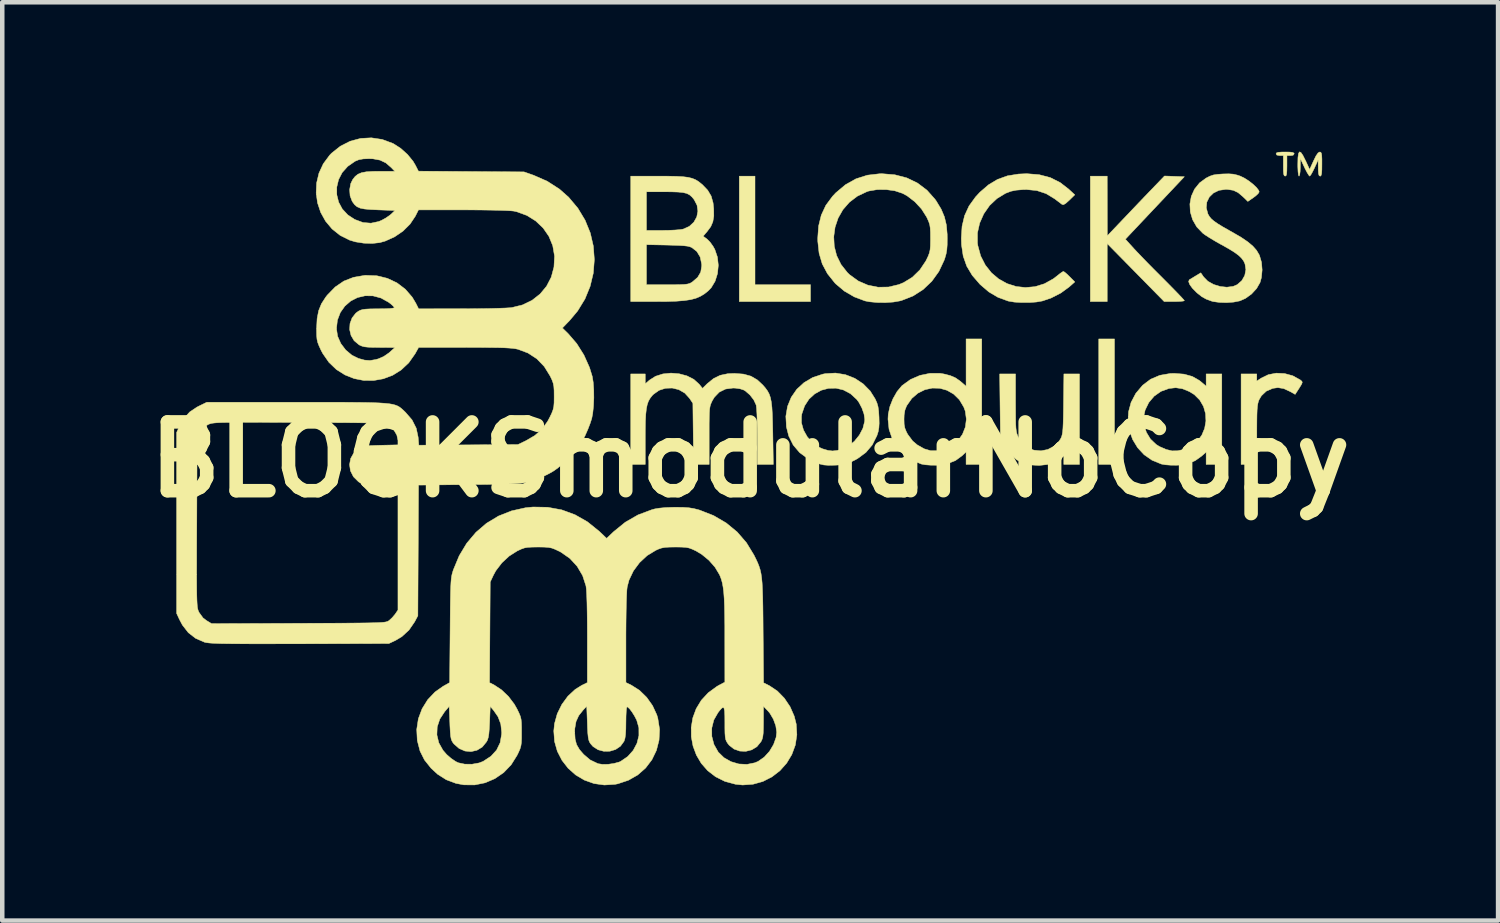
<source format=kicad_pcb>
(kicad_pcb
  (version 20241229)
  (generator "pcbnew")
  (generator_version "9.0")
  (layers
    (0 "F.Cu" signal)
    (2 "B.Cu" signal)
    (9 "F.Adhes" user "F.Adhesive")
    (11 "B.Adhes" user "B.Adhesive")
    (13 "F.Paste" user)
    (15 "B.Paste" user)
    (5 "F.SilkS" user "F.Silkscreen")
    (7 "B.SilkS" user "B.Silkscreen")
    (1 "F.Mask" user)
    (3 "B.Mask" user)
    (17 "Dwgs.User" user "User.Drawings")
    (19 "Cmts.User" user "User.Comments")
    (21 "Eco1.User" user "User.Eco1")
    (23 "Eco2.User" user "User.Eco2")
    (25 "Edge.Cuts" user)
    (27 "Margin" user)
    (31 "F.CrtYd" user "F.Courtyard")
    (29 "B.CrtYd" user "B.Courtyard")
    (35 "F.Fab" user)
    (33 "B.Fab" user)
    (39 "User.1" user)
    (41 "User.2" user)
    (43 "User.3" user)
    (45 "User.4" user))
  (footprint "BLOCKSmodularNoCopy"
    (layer "F.Cu")
    (at 13.578 7.137)
    (property "Reference" "BLOCKSmodularNoCopy" (at 0 0 0) (layer "F.SilkS") (effects (font (size 1.524 1.524) (thickness 0.3))))
    (attr through_hole)
    (fp_poly (pts (xy 8.075 0.107) (xy 7.727 0.107) (xy 7.727 -2.674) (xy 8.075 -2.674) (xy 8.075 0.107)) (stroke (width 0.01) (type solid)) (fill yes) (layer "F.SilkS"))
    (fp_poly (pts (xy 0.107 -3.877) (xy 1.337 -3.877) (xy 1.337 -3.503) (xy -0.241 -3.503) (xy -0.241 -6.283) (xy 0.107 -6.283) (xy 0.107 -3.877)) (stroke (width 0.01) (type solid)) (fill yes) (layer "F.SilkS"))
    (fp_poly (pts (xy 11.964 -6.816) (xy 12.026 -6.808) (xy 12.054 -6.793) (xy 12.058 -6.778) (xy 12.034 -6.746) (xy 11.978 -6.738) (xy 11.898 -6.738) (xy 11.898 -6.51) (xy 11.896 -6.397) (xy 11.89 -6.327) (xy 11.878 -6.292) (xy 11.858 -6.283) (xy 11.838 -6.293) (xy 11.825 -6.328) (xy 11.819 -6.398) (xy 11.818 -6.51) (xy 11.818 -6.738) (xy 11.737 -6.738) (xy 11.674 -6.75) (xy 11.657 -6.778) (xy 11.668 -6.799) (xy 11.706 -6.811) (xy 11.781 -6.817) (xy 11.858 -6.818) (xy 11.964 -6.816)) (stroke (width 0.01) (type solid)) (fill yes) (layer "F.SilkS"))
    (fp_poly (pts (xy 11.847 -1.907) (xy 12.027 -1.858) (xy 12.19 -1.768) (xy 12.204 -1.758) (xy 12.231 -1.733) (xy 12.237 -1.707) (xy 12.22 -1.666) (xy 12.177 -1.596) (xy 12.168 -1.581) (xy 12.08 -1.445) (xy 11.969 -1.508) (xy 11.827 -1.574) (xy 11.698 -1.595) (xy 11.583 -1.579) (xy 11.439 -1.516) (xy 11.331 -1.413) (xy 11.28 -1.326) (xy 11.265 -1.286) (xy 11.253 -1.24) (xy 11.244 -1.181) (xy 11.237 -1.1) (xy 11.233 -0.992) (xy 11.231 -0.848) (xy 11.23 -0.661) (xy 11.23 -0.555) (xy 11.229 0.107) (xy 10.882 0.107) (xy 10.882 -1.898) (xy 11.229 -1.898) (xy 11.229 -1.74) (xy 11.327 -1.805) (xy 11.485 -1.882) (xy 11.662 -1.916) (xy 11.847 -1.907)) (stroke (width 0.01) (type solid)) (fill yes) (layer "F.SilkS"))
    (fp_poly (pts (xy 9.624 -6.27) (xy 8.97 -5.577) (xy 8.317 -4.885) (xy 8.501 -4.682) (xy 8.574 -4.604) (xy 8.677 -4.496) (xy 8.801 -4.368) (xy 8.939 -4.228) (xy 9.083 -4.084) (xy 9.156 -4.011) (xy 9.285 -3.881) (xy 9.4 -3.764) (xy 9.497 -3.664) (xy 9.57 -3.587) (xy 9.614 -3.538) (xy 9.625 -3.523) (xy 9.601 -3.514) (xy 9.535 -3.507) (xy 9.44 -3.503) (xy 9.401 -3.503) (xy 9.177 -3.503) (xy 8.546 -4.145) (xy 7.914 -4.788) (xy 7.914 -3.503) (xy 7.54 -3.503) (xy 7.54 -6.283) (xy 7.914 -6.283) (xy 7.915 -5.621) (xy 7.916 -4.96) (xy 8.336 -5.401) (xy 8.473 -5.545) (xy 8.612 -5.691) (xy 8.745 -5.83) (xy 8.862 -5.952) (xy 8.954 -6.047) (xy 8.97 -6.064) (xy 9.184 -6.286) (xy 9.624 -6.27)) (stroke (width 0.01) (type solid)) (fill yes) (layer "F.SilkS"))
    (fp_poly (pts (xy 5.882 -1.263) (xy 5.883 -1.062) (xy 5.884 -0.906) (xy 5.886 -0.789) (xy 5.891 -0.701) (xy 5.899 -0.636) (xy 5.909 -0.585) (xy 5.924 -0.541) (xy 5.944 -0.497) (xy 5.946 -0.492) (xy 6.026 -0.364) (xy 6.131 -0.274) (xy 6.274 -0.214) (xy 6.293 -0.209) (xy 6.447 -0.194) (xy 6.598 -0.224) (xy 6.735 -0.296) (xy 6.844 -0.403) (xy 6.888 -0.473) (xy 6.904 -0.51) (xy 6.916 -0.555) (xy 6.926 -0.613) (xy 6.933 -0.693) (xy 6.938 -0.801) (xy 6.942 -0.945) (xy 6.945 -1.132) (xy 6.946 -1.237) (xy 6.954 -1.898) (xy 7.299 -1.898) (xy 7.299 0.107) (xy 6.952 0.107) (xy 6.952 -0.085) (xy 6.87 -0.016) (xy 6.742 0.06) (xy 6.582 0.11) (xy 6.404 0.13) (xy 6.223 0.119) (xy 6.075 0.083) (xy 5.913 0.008) (xy 5.784 -0.098) (xy 5.676 -0.244) (xy 5.641 -0.307) (xy 5.548 -0.489) (xy 5.539 -1.194) (xy 5.531 -1.898) (xy 5.882 -1.898) (xy 5.882 -1.263)) (stroke (width 0.01) (type solid)) (fill yes) (layer "F.SilkS"))
    (fp_poly (pts (xy 12.208 -6.807) (xy 12.252 -6.743) (xy 12.309 -6.629) (xy 12.312 -6.624) (xy 12.401 -6.43) (xy 12.489 -6.624) (xy 12.543 -6.734) (xy 12.587 -6.797) (xy 12.623 -6.818) (xy 12.625 -6.818) (xy 12.647 -6.813) (xy 12.661 -6.791) (xy 12.669 -6.744) (xy 12.673 -6.661) (xy 12.673 -6.551) (xy 12.672 -6.426) (xy 12.667 -6.346) (xy 12.657 -6.302) (xy 12.642 -6.284) (xy 12.633 -6.283) (xy 12.611 -6.295) (xy 12.598 -6.336) (xy 12.592 -6.417) (xy 12.592 -6.464) (xy 12.59 -6.644) (xy 12.508 -6.464) (xy 12.465 -6.377) (xy 12.428 -6.312) (xy 12.404 -6.284) (xy 12.402 -6.283) (xy 12.38 -6.306) (xy 12.343 -6.366) (xy 12.299 -6.451) (xy 12.287 -6.477) (xy 12.196 -6.671) (xy 12.194 -6.477) (xy 12.19 -6.38) (xy 12.18 -6.311) (xy 12.166 -6.283) (xy 12.165 -6.283) (xy 12.153 -6.309) (xy 12.144 -6.38) (xy 12.139 -6.489) (xy 12.139 -6.551) (xy 12.142 -6.693) (xy 12.154 -6.783) (xy 12.175 -6.821) (xy 12.208 -6.807)) (stroke (width 0.01) (type solid)) (fill yes) (layer "F.SilkS"))
    (fp_poly (pts (xy 9.616 -1.894) (xy 9.8 -1.843) (xy 9.956 -1.754) (xy 9.996 -1.722) (xy 10.107 -1.627) (xy 10.107 -1.898) (xy 10.454 -1.898) (xy 10.454 0.107) (xy 10.107 0.107) (xy 10.107 -0.166) (xy 10.008 -0.079) (xy 9.864 0.024) (xy 9.705 0.089) (xy 9.517 0.121) (xy 9.451 0.125) (xy 9.324 0.124) (xy 9.203 0.115) (xy 9.115 0.099) (xy 8.909 0.015) (xy 8.732 -0.108) (xy 8.588 -0.263) (xy 8.479 -0.443) (xy 8.407 -0.64) (xy 8.376 -0.848) (xy 8.381 -0.954) (xy 8.724 -0.954) (xy 8.731 -0.776) (xy 8.782 -0.605) (xy 8.873 -0.455) (xy 8.999 -0.335) (xy 9.073 -0.289) (xy 9.222 -0.224) (xy 9.35 -0.193) (xy 9.477 -0.195) (xy 9.615 -0.227) (xy 9.78 -0.3) (xy 9.913 -0.408) (xy 10.011 -0.542) (xy 10.074 -0.693) (xy 10.102 -0.855) (xy 10.094 -1.018) (xy 10.049 -1.176) (xy 9.966 -1.319) (xy 9.844 -1.441) (xy 9.735 -1.508) (xy 9.579 -1.571) (xy 9.433 -1.593) (xy 9.281 -1.576) (xy 9.106 -1.512) (xy 8.955 -1.406) (xy 8.836 -1.265) (xy 8.755 -1.099) (xy 8.724 -0.954) (xy 8.381 -0.954) (xy 8.387 -1.06) (xy 8.443 -1.268) (xy 8.547 -1.466) (xy 8.55 -1.47) (xy 8.701 -1.649) (xy 8.878 -1.782) (xy 9.081 -1.868) (xy 9.31 -1.908) (xy 9.398 -1.911) (xy 9.616 -1.894)) (stroke (width 0.01) (type solid)) (fill yes) (layer "F.SilkS"))
    (fp_poly (pts (xy 5.133 0.107) (xy 4.786 0.107) (xy 4.786 -0.171) (xy 4.699 -0.087) (xy 4.55 0.022) (xy 4.368 0.092) (xy 4.151 0.124) (xy 4.131 0.125) (xy 4.003 0.124) (xy 3.882 0.115) (xy 3.795 0.099) (xy 3.586 0.013) (xy 3.406 -0.113) (xy 3.259 -0.274) (xy 3.148 -0.463) (xy 3.078 -0.673) (xy 3.055 -0.896) (xy 3.41 -0.896) (xy 3.413 -0.783) (xy 3.429 -0.698) (xy 3.462 -0.616) (xy 3.491 -0.561) (xy 3.602 -0.412) (xy 3.702 -0.327) (xy 3.857 -0.239) (xy 4.002 -0.196) (xy 4.154 -0.196) (xy 4.302 -0.229) (xy 4.468 -0.304) (xy 4.604 -0.417) (xy 4.706 -0.56) (xy 4.77 -0.722) (xy 4.792 -0.896) (xy 4.768 -1.073) (xy 4.735 -1.163) (xy 4.637 -1.327) (xy 4.511 -1.451) (xy 4.363 -1.536) (xy 4.203 -1.581) (xy 4.037 -1.585) (xy 3.873 -1.549) (xy 3.719 -1.473) (xy 3.583 -1.356) (xy 3.472 -1.198) (xy 3.468 -1.191) (xy 3.431 -1.099) (xy 3.413 -0.989) (xy 3.41 -0.896) (xy 3.055 -0.896) (xy 3.055 -0.898) (xy 3.061 -1.007) (xy 3.097 -1.175) (xy 3.165 -1.347) (xy 3.256 -1.507) (xy 3.36 -1.633) (xy 3.373 -1.645) (xy 3.555 -1.776) (xy 3.763 -1.866) (xy 3.985 -1.912) (xy 4.209 -1.912) (xy 4.292 -1.898) (xy 4.434 -1.862) (xy 4.545 -1.815) (xy 4.646 -1.746) (xy 4.692 -1.708) (xy 4.786 -1.625) (xy 4.786 -2.674) (xy 5.133 -2.674) (xy 5.133 0.107)) (stroke (width 0.01) (type solid)) (fill yes) (layer "F.SilkS"))
    (fp_poly (pts (xy 6.406 -6.315) (xy 6.651 -6.251) (xy 6.871 -6.141) (xy 7.057 -5.997) (xy 7.196 -5.869) (xy 7.073 -5.749) (xy 6.997 -5.681) (xy 6.947 -5.651) (xy 6.915 -5.655) (xy 6.875 -5.685) (xy 6.809 -5.735) (xy 6.748 -5.781) (xy 6.56 -5.895) (xy 6.355 -5.963) (xy 6.125 -5.986) (xy 6.046 -5.984) (xy 5.898 -5.972) (xy 5.781 -5.948) (xy 5.673 -5.907) (xy 5.662 -5.903) (xy 5.47 -5.786) (xy 5.307 -5.632) (xy 5.178 -5.447) (xy 5.087 -5.242) (xy 5.038 -5.024) (xy 5.038 -4.802) (xy 5.046 -4.745) (xy 5.109 -4.514) (xy 5.212 -4.312) (xy 5.347 -4.141) (xy 5.51 -4.003) (xy 5.694 -3.901) (xy 5.893 -3.837) (xy 6.101 -3.814) (xy 6.313 -3.833) (xy 6.521 -3.897) (xy 6.721 -4.008) (xy 6.81 -4.077) (xy 6.875 -4.129) (xy 6.926 -4.163) (xy 6.944 -4.171) (xy 6.973 -4.153) (xy 7.027 -4.107) (xy 7.081 -4.054) (xy 7.196 -3.938) (xy 7.067 -3.824) (xy 6.884 -3.691) (xy 6.671 -3.582) (xy 6.478 -3.516) (xy 6.347 -3.493) (xy 6.186 -3.481) (xy 6.014 -3.481) (xy 5.854 -3.491) (xy 5.723 -3.513) (xy 5.713 -3.516) (xy 5.492 -3.597) (xy 5.292 -3.715) (xy 5.101 -3.878) (xy 5.091 -3.888) (xy 4.922 -4.084) (xy 4.8 -4.288) (xy 4.722 -4.51) (xy 4.685 -4.759) (xy 4.68 -4.906) (xy 4.697 -5.173) (xy 4.753 -5.408) (xy 4.851 -5.621) (xy 4.995 -5.821) (xy 5.091 -5.925) (xy 5.282 -6.09) (xy 5.482 -6.21) (xy 5.701 -6.289) (xy 5.947 -6.329) (xy 6.132 -6.337) (xy 6.406 -6.315)) (stroke (width 0.01) (type solid)) (fill yes) (layer "F.SilkS"))
    (fp_poly (pts (xy 2.112 -1.882) (xy 2.319 -1.801) (xy 2.504 -1.679) (xy 2.66 -1.521) (xy 2.771 -1.344) (xy 2.81 -1.257) (xy 2.834 -1.173) (xy 2.848 -1.074) (xy 2.856 -0.94) (xy 2.856 -0.937) (xy 2.859 -0.803) (xy 2.853 -0.703) (xy 2.838 -0.619) (xy 2.81 -0.532) (xy 2.807 -0.526) (xy 2.706 -0.324) (xy 2.565 -0.158) (xy 2.383 -0.024) (xy 2.322 0.01) (xy 2.213 0.062) (xy 2.125 0.095) (xy 2.036 0.113) (xy 1.921 0.122) (xy 1.882 0.124) (xy 1.74 0.127) (xy 1.632 0.119) (xy 1.54 0.097) (xy 1.51 0.087) (xy 1.282 -0.018) (xy 1.096 -0.155) (xy 0.954 -0.323) (xy 0.855 -0.522) (xy 0.803 -0.727) (xy 0.799 -0.814) (xy 1.137 -0.814) (xy 1.182 -0.655) (xy 1.265 -0.506) (xy 1.378 -0.377) (xy 1.517 -0.278) (xy 1.604 -0.239) (xy 1.726 -0.203) (xy 1.825 -0.191) (xy 1.926 -0.202) (xy 2.031 -0.229) (xy 2.177 -0.298) (xy 2.31 -0.406) (xy 2.42 -0.542) (xy 2.499 -0.693) (xy 2.538 -0.849) (xy 2.54 -0.896) (xy 2.523 -1.011) (xy 2.477 -1.142) (xy 2.412 -1.266) (xy 2.364 -1.332) (xy 2.223 -1.461) (xy 2.066 -1.544) (xy 1.901 -1.583) (xy 1.736 -1.579) (xy 1.576 -1.537) (xy 1.43 -1.456) (xy 1.304 -1.34) (xy 1.207 -1.191) (xy 1.145 -1.011) (xy 1.137 -0.97) (xy 1.137 -0.814) (xy 0.799 -0.814) (xy 0.791 -0.959) (xy 0.828 -1.179) (xy 0.91 -1.38) (xy 1.033 -1.558) (xy 1.194 -1.706) (xy 1.387 -1.82) (xy 1.61 -1.894) (xy 1.667 -1.905) (xy 1.892 -1.918) (xy 2.112 -1.882)) (stroke (width 0.01) (type solid)) (fill yes) (layer "F.SilkS"))
    (fp_poly (pts (xy -1.574 -1.902) (xy -1.402 -1.856) (xy -1.25 -1.779) (xy -1.132 -1.672) (xy -1.129 -1.669) (xy -1.057 -1.579) (xy -0.95 -1.684) (xy -0.812 -1.796) (xy -0.665 -1.868) (xy -0.494 -1.904) (xy -0.348 -1.91) (xy -0.148 -1.895) (xy 0.017 -1.849) (xy 0.159 -1.766) (xy 0.279 -1.654) (xy 0.338 -1.586) (xy 0.385 -1.521) (xy 0.421 -1.454) (xy 0.448 -1.376) (xy 0.468 -1.28) (xy 0.482 -1.16) (xy 0.491 -1.008) (xy 0.497 -0.817) (xy 0.502 -0.582) (xy 0.513 0.107) (xy 0.16 0.107) (xy 0.16 -0.501) (xy 0.159 -0.689) (xy 0.155 -0.861) (xy 0.15 -1.009) (xy 0.143 -1.124) (xy 0.135 -1.197) (xy 0.132 -1.211) (xy 0.08 -1.323) (xy -0.006 -1.434) (xy -0.108 -1.522) (xy -0.144 -1.543) (xy -0.224 -1.569) (xy -0.33 -1.584) (xy -0.378 -1.586) (xy -0.545 -1.564) (xy -0.684 -1.496) (xy -0.793 -1.383) (xy -0.84 -1.305) (xy -0.861 -1.26) (xy -0.878 -1.219) (xy -0.89 -1.173) (xy -0.899 -1.115) (xy -0.904 -1.038) (xy -0.907 -0.933) (xy -0.909 -0.794) (xy -0.909 -0.611) (xy -0.909 -0.529) (xy -0.909 0.107) (xy -1.254 0.107) (xy -1.27 -1.247) (xy -1.344 -1.358) (xy -1.449 -1.474) (xy -1.581 -1.55) (xy -1.727 -1.586) (xy -1.877 -1.581) (xy -2.02 -1.535) (xy -2.145 -1.446) (xy -2.176 -1.414) (xy -2.221 -1.355) (xy -2.256 -1.292) (xy -2.282 -1.217) (xy -2.301 -1.123) (xy -2.314 -1.003) (xy -2.322 -0.849) (xy -2.325 -0.655) (xy -2.326 -0.467) (xy -2.326 0.107) (xy -2.647 0.107) (xy -2.647 -1.898) (xy -2.326 -1.898) (xy -2.326 -1.679) (xy -2.232 -1.761) (xy -2.097 -1.847) (xy -1.934 -1.899) (xy -1.755 -1.917) (xy -1.574 -1.902)) (stroke (width 0.01) (type solid)) (fill yes) (layer "F.SilkS"))
    (fp_poly (pts (xy -1.81 -6.282) (xy -1.63 -6.278) (xy -1.487 -6.27) (xy -1.375 -6.256) (xy -1.286 -6.234) (xy -1.212 -6.204) (xy -1.145 -6.163) (xy -1.079 -6.11) (xy -1.056 -6.091) (xy -0.941 -5.97) (xy -0.865 -5.842) (xy -0.822 -5.69) (xy -0.808 -5.558) (xy -0.806 -5.398) (xy -0.827 -5.272) (xy -0.873 -5.164) (xy -0.95 -5.06) (xy -1.042 -4.952) (xy -0.951 -4.883) (xy -0.889 -4.82) (xy -0.824 -4.73) (xy -0.784 -4.659) (xy -0.726 -4.489) (xy -0.706 -4.306) (xy -0.724 -4.124) (xy -0.777 -3.954) (xy -0.864 -3.809) (xy -0.927 -3.743) (xy -1.013 -3.674) (xy -1.102 -3.62) (xy -1.201 -3.577) (xy -1.318 -3.546) (xy -1.46 -3.525) (xy -1.634 -3.511) (xy -1.847 -3.504) (xy -2.09 -3.503) (xy -2.647 -3.503) (xy -2.647 -3.877) (xy -2.299 -3.877) (xy -1.835 -3.877) (xy -1.666 -3.877) (xy -1.542 -3.879) (xy -1.452 -3.883) (xy -1.39 -3.891) (xy -1.345 -3.903) (xy -1.309 -3.92) (xy -1.281 -3.938) (xy -1.164 -4.039) (xy -1.096 -4.155) (xy -1.074 -4.291) (xy -1.075 -4.333) (xy -1.108 -4.49) (xy -1.182 -4.613) (xy -1.292 -4.699) (xy -1.334 -4.717) (xy -1.391 -4.731) (xy -1.472 -4.74) (xy -1.584 -4.747) (xy -1.737 -4.752) (xy -1.838 -4.755) (xy -2.299 -4.764) (xy -2.299 -3.877) (xy -2.647 -3.877) (xy -2.647 -5.936) (xy -2.299 -5.936) (xy -2.299 -5.08) (xy -1.945 -5.08) (xy -1.802 -5.082) (xy -1.669 -5.088) (xy -1.559 -5.097) (xy -1.488 -5.108) (xy -1.484 -5.109) (xy -1.35 -5.169) (xy -1.249 -5.262) (xy -1.184 -5.378) (xy -1.159 -5.507) (xy -1.178 -5.639) (xy -1.243 -5.764) (xy -1.294 -5.825) (xy -1.345 -5.869) (xy -1.407 -5.9) (xy -1.488 -5.919) (xy -1.597 -5.93) (xy -1.744 -5.935) (xy -1.884 -5.936) (xy -2.299 -5.936) (xy -2.647 -5.936) (xy -2.647 -6.283) (xy -2.037 -6.283) (xy -1.81 -6.282)) (stroke (width 0.01) (type solid)) (fill yes) (layer "F.SilkS"))
    (fp_poly (pts (xy 3.207 -6.313) (xy 3.472 -6.244) (xy 3.71 -6.129) (xy 3.919 -5.971) (xy 4.097 -5.771) (xy 4.127 -5.728) (xy 4.234 -5.551) (xy 4.306 -5.38) (xy 4.349 -5.2) (xy 4.367 -4.994) (xy 4.368 -4.906) (xy 4.367 -4.761) (xy 4.359 -4.652) (xy 4.343 -4.559) (xy 4.316 -4.465) (xy 4.3 -4.419) (xy 4.183 -4.17) (xy 4.026 -3.952) (xy 3.833 -3.769) (xy 3.609 -3.626) (xy 3.359 -3.528) (xy 3.323 -3.518) (xy 3.174 -3.492) (xy 2.997 -3.48) (xy 2.813 -3.482) (xy 2.644 -3.498) (xy 2.543 -3.518) (xy 2.309 -3.606) (xy 2.087 -3.735) (xy 1.896 -3.896) (xy 1.875 -3.918) (xy 1.713 -4.121) (xy 1.598 -4.337) (xy 1.528 -4.573) (xy 1.499 -4.837) (xy 1.498 -4.906) (xy 1.5 -4.942) (xy 1.853 -4.942) (xy 1.864 -4.729) (xy 1.917 -4.521) (xy 2.014 -4.324) (xy 2.155 -4.145) (xy 2.205 -4.097) (xy 2.397 -3.958) (xy 2.61 -3.866) (xy 2.835 -3.821) (xy 3.067 -3.825) (xy 3.297 -3.88) (xy 3.401 -3.923) (xy 3.595 -4.042) (xy 3.762 -4.205) (xy 3.894 -4.402) (xy 3.909 -4.432) (xy 3.948 -4.514) (xy 3.973 -4.582) (xy 3.988 -4.651) (xy 3.995 -4.736) (xy 3.997 -4.854) (xy 3.997 -4.906) (xy 3.996 -5.039) (xy 3.991 -5.134) (xy 3.98 -5.207) (xy 3.958 -5.273) (xy 3.925 -5.348) (xy 3.911 -5.377) (xy 3.798 -5.555) (xy 3.649 -5.716) (xy 3.478 -5.847) (xy 3.376 -5.902) (xy 3.206 -5.958) (xy 3.011 -5.985) (xy 2.812 -5.984) (xy 2.63 -5.953) (xy 2.587 -5.939) (xy 2.376 -5.839) (xy 2.199 -5.704) (xy 2.056 -5.54) (xy 1.95 -5.354) (xy 1.882 -5.152) (xy 1.853 -4.942) (xy 1.5 -4.942) (xy 1.517 -5.178) (xy 1.576 -5.418) (xy 1.677 -5.635) (xy 1.825 -5.835) (xy 1.897 -5.912) (xy 2.111 -6.092) (xy 2.344 -6.223) (xy 2.598 -6.304) (xy 2.873 -6.336) (xy 2.919 -6.337) (xy 3.207 -6.313)) (stroke (width 0.01) (type solid)) (fill yes) (layer "F.SilkS"))
    (fp_poly (pts (xy 10.708 -6.327) (xy 10.797 -6.306) (xy 10.865 -6.283) (xy 10.957 -6.238) (xy 11.055 -6.175) (xy 11.147 -6.103) (xy 11.223 -6.031) (xy 11.271 -5.968) (xy 11.283 -5.934) (xy 11.262 -5.899) (xy 11.209 -5.848) (xy 11.157 -5.809) (xy 11.031 -5.722) (xy 10.923 -5.827) (xy 10.815 -5.918) (xy 10.709 -5.969) (xy 10.585 -5.988) (xy 10.539 -5.989) (xy 10.391 -5.968) (xy 10.268 -5.908) (xy 10.177 -5.819) (xy 10.122 -5.707) (xy 10.11 -5.58) (xy 10.146 -5.446) (xy 10.149 -5.44) (xy 10.179 -5.388) (xy 10.219 -5.339) (xy 10.278 -5.288) (xy 10.362 -5.229) (xy 10.478 -5.158) (xy 10.633 -5.07) (xy 10.691 -5.038) (xy 10.883 -4.926) (xy 11.03 -4.826) (xy 11.142 -4.732) (xy 11.224 -4.639) (xy 11.283 -4.539) (xy 11.29 -4.523) (xy 11.334 -4.374) (xy 11.348 -4.203) (xy 11.332 -4.034) (xy 11.302 -3.926) (xy 11.226 -3.793) (xy 11.113 -3.67) (xy 10.977 -3.572) (xy 10.854 -3.518) (xy 10.718 -3.491) (xy 10.559 -3.479) (xy 10.4 -3.484) (xy 10.262 -3.503) (xy 10.227 -3.513) (xy 10.108 -3.557) (xy 10.011 -3.611) (xy 9.911 -3.69) (xy 9.889 -3.71) (xy 9.802 -3.799) (xy 9.744 -3.879) (xy 9.719 -3.944) (xy 9.732 -3.984) (xy 9.736 -3.987) (xy 9.78 -4.013) (xy 9.848 -4.055) (xy 9.88 -4.074) (xy 9.988 -4.14) (xy 10.05 -4.05) (xy 10.144 -3.954) (xy 10.271 -3.882) (xy 10.417 -3.837) (xy 10.566 -3.821) (xy 10.705 -3.839) (xy 10.795 -3.877) (xy 10.898 -3.967) (xy 10.963 -4.082) (xy 10.988 -4.21) (xy 10.968 -4.337) (xy 10.938 -4.402) (xy 10.892 -4.464) (xy 10.828 -4.526) (xy 10.74 -4.591) (xy 10.62 -4.666) (xy 10.46 -4.757) (xy 10.425 -4.775) (xy 10.302 -4.845) (xy 10.184 -4.916) (xy 10.086 -4.979) (xy 10.033 -5.018) (xy 9.899 -5.157) (xy 9.807 -5.317) (xy 9.756 -5.489) (xy 9.747 -5.665) (xy 9.778 -5.836) (xy 9.85 -5.995) (xy 9.962 -6.134) (xy 10.105 -6.239) (xy 10.19 -6.282) (xy 10.269 -6.309) (xy 10.363 -6.323) (xy 10.479 -6.331) (xy 10.609 -6.334) (xy 10.708 -6.327)) (stroke (width 0.01) (type solid)) (fill yes) (layer "F.SilkS"))
    (fp_poly (pts (xy -4.489 1.057) (xy -4.178 1.114) (xy -3.883 1.222) (xy -3.606 1.38) (xy -3.35 1.586) (xy -3.337 1.598) (xy -3.182 1.746) (xy -3.026 1.598) (xy -2.769 1.389) (xy -2.486 1.226) (xy -2.179 1.111) (xy -2.112 1.093) (xy -2.016 1.077) (xy -1.884 1.064) (xy -1.731 1.058) (xy -1.644 1.057) (xy -1.484 1.059) (xy -1.359 1.068) (xy -1.253 1.085) (xy -1.147 1.112) (xy -1.123 1.119) (xy -0.811 1.241) (xy -0.532 1.404) (xy -0.288 1.605) (xy -0.082 1.843) (xy 0.084 2.116) (xy 0.089 2.126) (xy 0.132 2.213) (xy 0.168 2.291) (xy 0.197 2.365) (xy 0.221 2.44) (xy 0.24 2.524) (xy 0.254 2.62) (xy 0.265 2.736) (xy 0.272 2.877) (xy 0.278 3.048) (xy 0.282 3.256) (xy 0.285 3.506) (xy 0.287 3.79) (xy 0.297 4.947) (xy 0.428 5.013) (xy 0.603 5.13) (xy 0.757 5.288) (xy 0.885 5.478) (xy 0.977 5.688) (xy 1.021 5.863) (xy 1.035 6.1) (xy 1.001 6.327) (xy 0.923 6.539) (xy 0.808 6.73) (xy 0.659 6.897) (xy 0.482 7.033) (xy 0.282 7.135) (xy 0.064 7.196) (xy -0.167 7.213) (xy -0.323 7.197) (xy -0.56 7.133) (xy -0.767 7.03) (xy -0.942 6.895) (xy -1.084 6.733) (xy -1.192 6.55) (xy -1.266 6.352) (xy -1.305 6.144) (xy -1.306 5.95) (xy -0.851 5.95) (xy -0.85 6.134) (xy -0.803 6.314) (xy -0.71 6.479) (xy -0.707 6.484) (xy -0.58 6.608) (xy -0.424 6.696) (xy -0.251 6.747) (xy -0.071 6.756) (xy 0.102 6.721) (xy 0.178 6.689) (xy 0.312 6.595) (xy 0.429 6.466) (xy 0.519 6.315) (xy 0.575 6.156) (xy 0.588 6.043) (xy 0.568 5.901) (xy 0.514 5.753) (xy 0.436 5.621) (xy 0.4 5.578) (xy 0.295 5.468) (xy 0.295 5.812) (xy 0.293 5.959) (xy 0.289 6.065) (xy 0.28 6.14) (xy 0.266 6.196) (xy 0.244 6.245) (xy 0.237 6.256) (xy 0.149 6.364) (xy 0.034 6.434) (xy -0.097 6.467) (xy -0.231 6.461) (xy -0.358 6.416) (xy -0.465 6.332) (xy -0.501 6.286) (xy -0.526 6.245) (xy -0.543 6.201) (xy -0.553 6.144) (xy -0.559 6.062) (xy -0.561 5.946) (xy -0.561 5.836) (xy -0.562 5.68) (xy -0.567 5.573) (xy -0.579 5.512) (xy -0.599 5.493) (xy -0.631 5.511) (xy -0.678 5.564) (xy -0.714 5.611) (xy -0.806 5.772) (xy -0.851 5.95) (xy -1.306 5.95) (xy -1.306 5.933) (xy -1.271 5.724) (xy -1.197 5.523) (xy -1.084 5.336) (xy -0.93 5.169) (xy -0.736 5.027) (xy -0.683 4.997) (xy -0.561 4.933) (xy -0.562 3.984) (xy -0.562 3.691) (xy -0.565 3.447) (xy -0.569 3.244) (xy -0.576 3.077) (xy -0.586 2.94) (xy -0.6 2.828) (xy -0.617 2.735) (xy -0.639 2.655) (xy -0.666 2.582) (xy -0.682 2.547) (xy -0.779 2.386) (xy -0.914 2.232) (xy -1.073 2.101) (xy -1.2 2.025) (xy -1.284 1.986) (xy -1.353 1.96) (xy -1.424 1.946) (xy -1.514 1.94) (xy -1.639 1.938) (xy -1.657 1.938) (xy -1.791 1.94) (xy -1.887 1.946) (xy -1.963 1.96) (xy -2.033 1.984) (xy -2.092 2.011) (xy -2.283 2.127) (xy -2.451 2.283) (xy -2.588 2.467) (xy -2.685 2.67) (xy -2.725 2.819) (xy -2.733 2.89) (xy -2.739 3.01) (xy -2.745 3.172) (xy -2.749 3.373) (xy -2.752 3.606) (xy -2.754 3.867) (xy -2.754 3.96) (xy -2.754 4.942) (xy -2.634 5) (xy -2.454 5.114) (xy -2.294 5.27) (xy -2.163 5.455) (xy -2.069 5.659) (xy -2.047 5.734) (xy -2.008 5.98) (xy -2.02 6.219) (xy -2.078 6.446) (xy -2.178 6.653) (xy -2.318 6.837) (xy -2.492 6.99) (xy -2.699 7.108) (xy -2.933 7.186) (xy -2.994 7.198) (xy -3.233 7.213) (xy -3.461 7.181) (xy -3.674 7.105) (xy -3.867 6.991) (xy -4.034 6.843) (xy -4.171 6.667) (xy -4.274 6.467) (xy -4.336 6.249) (xy -4.351 6.043) (xy -3.889 6.043) (xy -3.88 6.195) (xy -3.848 6.317) (xy -3.784 6.427) (xy -3.693 6.533) (xy -3.547 6.657) (xy -3.38 6.737) (xy -3.369 6.741) (xy -3.272 6.756) (xy -3.147 6.754) (xy -3.017 6.735) (xy -2.903 6.704) (xy -2.87 6.689) (xy -2.715 6.583) (xy -2.593 6.447) (xy -2.509 6.289) (xy -2.466 6.118) (xy -2.467 5.944) (xy -2.515 5.776) (xy -2.564 5.682) (xy -2.619 5.594) (xy -2.673 5.524) (xy -2.716 5.485) (xy -2.729 5.481) (xy -2.739 5.506) (xy -2.747 5.577) (xy -2.752 5.684) (xy -2.754 5.818) (xy -2.756 5.978) (xy -2.763 6.095) (xy -2.775 6.179) (xy -2.794 6.239) (xy -2.797 6.246) (xy -2.875 6.353) (xy -2.983 6.426) (xy -3.109 6.464) (xy -3.243 6.466) (xy -3.371 6.432) (xy -3.483 6.36) (xy -3.536 6.3) (xy -3.561 6.261) (xy -3.578 6.215) (xy -3.59 6.154) (xy -3.599 6.066) (xy -3.606 5.941) (xy -3.609 5.842) (xy -3.623 5.468) (xy -3.699 5.548) (xy -3.8 5.675) (xy -3.86 5.807) (xy -3.887 5.962) (xy -3.889 6.043) (xy -4.351 6.043) (xy -4.353 6.016) (xy -4.337 5.854) (xy -4.276 5.634) (xy -4.174 5.427) (xy -4.039 5.243) (xy -3.878 5.094) (xy -3.735 5.005) (xy -3.609 4.943) (xy -3.609 3.943) (xy -3.61 3.648) (xy -3.613 3.392) (xy -3.617 3.176) (xy -3.623 3.004) (xy -3.63 2.88) (xy -3.639 2.805) (xy -3.639 2.802) (xy -3.714 2.571) (xy -3.835 2.366) (xy -3.996 2.191) (xy -4.195 2.052) (xy -4.244 2.027) (xy -4.329 1.987) (xy -4.399 1.961) (xy -4.47 1.947) (xy -4.559 1.94) (xy -4.682 1.938) (xy -4.705 1.938) (xy -4.835 1.94) (xy -4.929 1.945) (xy -5.002 1.958) (xy -5.071 1.982) (xy -5.152 2.02) (xy -5.162 2.024) (xy -5.341 2.138) (xy -5.504 2.289) (xy -5.637 2.463) (xy -5.69 2.56) (xy -5.762 2.714) (xy -5.777 4.944) (xy -5.673 4.997) (xy -5.51 5.105) (xy -5.357 5.251) (xy -5.227 5.423) (xy -5.167 5.529) (xy -5.124 5.618) (xy -5.095 5.688) (xy -5.078 5.755) (xy -5.07 5.832) (xy -5.067 5.936) (xy -5.067 6.043) (xy -5.067 6.177) (xy -5.071 6.273) (xy -5.082 6.347) (xy -5.101 6.413) (xy -5.133 6.486) (xy -5.167 6.556) (xy -5.298 6.765) (xy -5.464 6.938) (xy -5.659 7.072) (xy -5.874 7.164) (xy -6.105 7.211) (xy -6.344 7.21) (xy -6.521 7.177) (xy -6.737 7.096) (xy -6.93 6.973) (xy -7.073 6.841) (xy -7.219 6.658) (xy -7.318 6.46) (xy -7.377 6.233) (xy -7.379 6.223) (xy -7.385 6.102) (xy -6.944 6.102) (xy -6.902 6.277) (xy -6.81 6.442) (xy -6.728 6.537) (xy -6.628 6.624) (xy -6.526 6.693) (xy -6.47 6.72) (xy -6.325 6.751) (xy -6.164 6.752) (xy -6.008 6.724) (xy -5.918 6.689) (xy -5.746 6.576) (xy -5.62 6.438) (xy -5.541 6.274) (xy -5.509 6.085) (xy -5.508 6.044) (xy -5.528 5.86) (xy -5.589 5.7) (xy -5.684 5.563) (xy -5.762 5.47) (xy -5.775 5.817) (xy -5.783 5.969) (xy -5.792 6.079) (xy -5.805 6.158) (xy -5.823 6.216) (xy -5.844 6.256) (xy -5.938 6.371) (xy -6.056 6.443) (xy -6.187 6.473) (xy -6.322 6.46) (xy -6.452 6.403) (xy -6.566 6.303) (xy -6.588 6.275) (xy -6.611 6.237) (xy -6.628 6.19) (xy -6.64 6.125) (xy -6.648 6.03) (xy -6.655 5.895) (xy -6.657 5.835) (xy -6.671 5.47) (xy -6.772 5.588) (xy -6.879 5.751) (xy -6.937 5.925) (xy -6.944 6.102) (xy -7.385 6.102) (xy -7.391 5.981) (xy -7.355 5.745) (xy -7.272 5.523) (xy -7.148 5.323) (xy -6.985 5.151) (xy -6.808 5.026) (xy -6.661 4.943) (xy -6.651 3.788) (xy -6.649 3.509) (xy -6.647 3.278) (xy -6.644 3.089) (xy -6.641 2.937) (xy -6.637 2.817) (xy -6.632 2.722) (xy -6.626 2.648) (xy -6.618 2.59) (xy -6.608 2.54) (xy -6.595 2.495) (xy -6.581 2.449) (xy -6.58 2.446) (xy -6.45 2.133) (xy -6.283 1.855) (xy -6.08 1.614) (xy -5.845 1.412) (xy -5.58 1.252) (xy -5.29 1.137) (xy -4.976 1.067) (xy -4.812 1.051) (xy -4.489 1.057)) (stroke (width 0.01) (type solid)) (fill yes) (layer "F.SilkS"))
    (fp_poly (pts (xy -8.156 -7.096) (xy -7.921 -7.009) (xy -7.909 -7.003) (xy -7.748 -6.9) (xy -7.597 -6.765) (xy -7.473 -6.614) (xy -7.419 -6.523) (xy -7.353 -6.393) (xy -5.013 -6.377) (xy -4.799 -6.302) (xy -4.497 -6.169) (xy -4.228 -5.996) (xy -4.024 -5.816) (xy -3.819 -5.572) (xy -3.659 -5.306) (xy -3.544 -5.024) (xy -3.476 -4.731) (xy -3.454 -4.432) (xy -3.477 -4.134) (xy -3.547 -3.841) (xy -3.662 -3.56) (xy -3.824 -3.295) (xy -3.999 -3.086) (xy -4.162 -2.917) (xy -4.031 -2.788) (xy -3.844 -2.571) (xy -3.685 -2.318) (xy -3.561 -2.041) (xy -3.5 -1.843) (xy -3.479 -1.713) (xy -3.467 -1.548) (xy -3.465 -1.366) (xy -3.473 -1.185) (xy -3.49 -1.022) (xy -3.512 -0.909) (xy -3.547 -0.802) (xy -3.597 -0.672) (xy -3.654 -0.542) (xy -3.67 -0.508) (xy -3.727 -0.399) (xy -3.786 -0.305) (xy -3.859 -0.213) (xy -3.955 -0.108) (xy -4.036 -0.025) (xy -4.156 0.092) (xy -4.255 0.179) (xy -4.347 0.246) (xy -4.444 0.303) (xy -4.519 0.341) (xy -4.615 0.387) (xy -4.699 0.426) (xy -4.778 0.458) (xy -4.857 0.483) (xy -4.942 0.504) (xy -5.039 0.519) (xy -5.155 0.53) (xy -5.294 0.539) (xy -5.462 0.544) (xy -5.667 0.549) (xy -5.913 0.552) (xy -6.206 0.554) (xy -6.209 0.554) (xy -7.351 0.565) (xy -7.366 3.462) (xy -7.437 3.596) (xy -7.562 3.778) (xy -7.722 3.925) (xy -7.861 4.008) (xy -8.008 4.077) (xy -9.986 4.083) (xy -10.366 4.083) (xy -10.696 4.084) (xy -10.98 4.084) (xy -11.221 4.083) (xy -11.425 4.082) (xy -11.593 4.08) (xy -11.73 4.078) (xy -11.839 4.074) (xy -11.925 4.07) (xy -11.991 4.065) (xy -12.041 4.059) (xy -12.078 4.052) (xy -12.097 4.047) (xy -12.292 3.962) (xy -12.454 3.836) (xy -12.586 3.666) (xy -12.652 3.541) (xy -12.713 3.409) (xy -12.713 2.547) (xy -12.27 2.547) (xy -12.269 2.736) (xy -12.268 2.891) (xy -12.266 3.016) (xy -12.263 3.115) (xy -12.259 3.191) (xy -12.255 3.249) (xy -12.249 3.292) (xy -12.241 3.325) (xy -12.233 3.351) (xy -12.222 3.374) (xy -12.217 3.386) (xy -12.129 3.508) (xy -12.049 3.569) (xy -11.938 3.636) (xy -10.008 3.63) (xy -9.641 3.628) (xy -9.323 3.627) (xy -9.051 3.626) (xy -8.822 3.624) (xy -8.63 3.622) (xy -8.474 3.62) (xy -8.348 3.617) (xy -8.249 3.614) (xy -8.173 3.61) (xy -8.117 3.605) (xy -8.077 3.599) (xy -8.048 3.591) (xy -8.028 3.583) (xy -8.012 3.573) (xy -8.003 3.567) (xy -7.936 3.505) (xy -7.872 3.43) (xy -7.867 3.423) (xy -7.807 3.334) (xy -7.807 0.565) (xy -8.206 0.557) (xy -8.364 0.553) (xy -8.478 0.547) (xy -8.557 0.539) (xy -8.612 0.528) (xy -8.652 0.511) (xy -8.681 0.492) (xy -8.794 0.38) (xy -8.86 0.249) (xy -8.88 0.111) (xy -8.854 -0.027) (xy -8.781 -0.156) (xy -8.681 -0.252) (xy -8.646 -0.274) (xy -8.604 -0.289) (xy -8.545 -0.3) (xy -8.46 -0.308) (xy -8.339 -0.313) (xy -8.206 -0.317) (xy -7.807 -0.326) (xy -7.807 -0.426) (xy -7.832 -0.543) (xy -7.899 -0.658) (xy -8.001 -0.758) (xy -8.003 -0.76) (xy -8.018 -0.77) (xy -8.036 -0.779) (xy -8.059 -0.787) (xy -8.093 -0.794) (xy -8.14 -0.8) (xy -8.204 -0.804) (xy -8.29 -0.808) (xy -8.401 -0.811) (xy -8.54 -0.814) (xy -8.712 -0.816) (xy -8.921 -0.818) (xy -9.169 -0.819) (xy -9.462 -0.821) (xy -9.803 -0.822) (xy -9.992 -0.823) (xy -10.358 -0.824) (xy -10.674 -0.825) (xy -10.945 -0.826) (xy -11.173 -0.826) (xy -11.364 -0.825) (xy -11.52 -0.824) (xy -11.647 -0.822) (xy -11.747 -0.82) (xy -11.824 -0.816) (xy -11.883 -0.811) (xy -11.927 -0.805) (xy -11.96 -0.798) (xy -11.986 -0.789) (xy -12.01 -0.779) (xy -12.021 -0.774) (xy -12.12 -0.707) (xy -12.196 -0.622) (xy -12.198 -0.62) (xy -12.259 -0.521) (xy -12.266 1.374) (xy -12.268 1.738) (xy -12.269 2.052) (xy -12.269 2.321) (xy -12.27 2.547) (xy -12.713 2.547) (xy -12.713 -0.602) (xy -12.644 -0.75) (xy -12.544 -0.923) (xy -12.422 -1.056) (xy -12.264 -1.162) (xy -12.224 -1.183) (xy -12.046 -1.27) (xy -10.04 -1.27) (xy -9.65 -1.27) (xy -9.31 -1.27) (xy -9.016 -1.27) (xy -8.764 -1.268) (xy -8.551 -1.266) (xy -8.372 -1.262) (xy -8.224 -1.256) (xy -8.103 -1.248) (xy -8.005 -1.238) (xy -7.927 -1.225) (xy -7.865 -1.208) (xy -7.814 -1.188) (xy -7.772 -1.164) (xy -7.734 -1.135) (xy -7.697 -1.102) (xy -7.657 -1.064) (xy -7.638 -1.045) (xy -7.495 -0.88) (xy -7.402 -0.696) (xy -7.359 -0.494) (xy -7.359 -0.487) (xy -7.345 -0.319) (xy -6.246 -0.326) (xy -5.147 -0.334) (xy -4.973 -0.417) (xy -4.774 -0.533) (xy -4.617 -0.672) (xy -4.492 -0.844) (xy -4.446 -0.929) (xy -4.399 -1.026) (xy -4.37 -1.102) (xy -4.353 -1.174) (xy -4.346 -1.261) (xy -4.345 -1.38) (xy -4.345 -1.403) (xy -4.346 -1.531) (xy -4.352 -1.622) (xy -4.367 -1.695) (xy -4.393 -1.767) (xy -4.433 -1.851) (xy -4.564 -2.063) (xy -4.729 -2.234) (xy -4.925 -2.362) (xy -5.146 -2.445) (xy -5.197 -2.456) (xy -5.261 -2.465) (xy -5.343 -2.472) (xy -5.449 -2.478) (xy -5.584 -2.482) (xy -5.754 -2.484) (xy -5.965 -2.486) (xy -6.221 -2.486) (xy -6.326 -2.487) (xy -7.348 -2.487) (xy -7.427 -2.345) (xy -7.568 -2.145) (xy -7.736 -1.987) (xy -7.926 -1.868) (xy -8.132 -1.791) (xy -8.346 -1.753) (xy -8.564 -1.754) (xy -8.778 -1.796) (xy -8.982 -1.877) (xy -9.171 -1.996) (xy -9.337 -2.155) (xy -9.474 -2.352) (xy -9.513 -2.426) (xy -9.557 -2.522) (xy -9.586 -2.597) (xy -9.602 -2.669) (xy -9.609 -2.753) (xy -9.611 -2.869) (xy -9.611 -2.903) (xy -9.17 -2.903) (xy -9.145 -2.734) (xy -9.074 -2.573) (xy -8.965 -2.429) (xy -8.828 -2.314) (xy -8.685 -2.243) (xy -8.547 -2.205) (xy -8.426 -2.196) (xy -8.297 -2.218) (xy -8.243 -2.233) (xy -8.123 -2.285) (xy -8.007 -2.365) (xy -7.991 -2.379) (xy -7.874 -2.484) (xy -8.222 -2.486) (xy -8.369 -2.487) (xy -8.474 -2.492) (xy -8.549 -2.5) (xy -8.605 -2.515) (xy -8.654 -2.536) (xy -8.673 -2.547) (xy -8.779 -2.636) (xy -8.847 -2.751) (xy -8.878 -2.881) (xy -8.87 -3.015) (xy -8.824 -3.14) (xy -8.741 -3.246) (xy -8.683 -3.289) (xy -8.64 -3.311) (xy -8.589 -3.326) (xy -8.521 -3.335) (xy -8.423 -3.34) (xy -8.285 -3.342) (xy -8.242 -3.342) (xy -8.093 -3.344) (xy -7.981 -3.349) (xy -7.91 -3.358) (xy -7.887 -3.369) (xy -7.907 -3.397) (xy -7.959 -3.445) (xy -8.014 -3.487) (xy -8.185 -3.582) (xy -8.361 -3.629) (xy -8.536 -3.631) (xy -8.703 -3.592) (xy -8.854 -3.515) (xy -8.983 -3.403) (xy -9.084 -3.261) (xy -9.149 -3.091) (xy -9.17 -2.903) (xy -9.611 -2.903) (xy -9.61 -2.914) (xy -9.599 -3.125) (xy -9.565 -3.3) (xy -9.503 -3.454) (xy -9.408 -3.601) (xy -9.374 -3.645) (xy -9.199 -3.825) (xy -9.006 -3.957) (xy -8.79 -4.041) (xy -8.544 -4.083) (xy -8.521 -4.084) (xy -8.276 -4.075) (xy -8.043 -4.018) (xy -7.83 -3.918) (xy -7.643 -3.776) (xy -7.49 -3.599) (xy -7.41 -3.464) (xy -7.349 -3.342) (xy -6.408 -3.343) (xy -6.18 -3.344) (xy -5.961 -3.346) (xy -5.758 -3.349) (xy -5.58 -3.354) (xy -5.435 -3.359) (xy -5.329 -3.365) (xy -5.281 -3.37) (xy -5.044 -3.429) (xy -4.834 -3.531) (xy -4.656 -3.671) (xy -4.513 -3.843) (xy -4.409 -4.044) (xy -4.349 -4.267) (xy -4.336 -4.508) (xy -4.337 -4.516) (xy -4.376 -4.741) (xy -4.461 -4.948) (xy -4.589 -5.133) (xy -4.753 -5.289) (xy -4.948 -5.411) (xy -5.169 -5.492) (xy -5.239 -5.508) (xy -5.3 -5.514) (xy -5.407 -5.52) (xy -5.553 -5.525) (xy -5.733 -5.529) (xy -5.939 -5.532) (xy -6.164 -5.534) (xy -6.367 -5.535) (xy -7.352 -5.535) (xy -7.422 -5.395) (xy -7.539 -5.22) (xy -7.696 -5.064) (xy -7.884 -4.936) (xy -8.091 -4.843) (xy -8.212 -4.809) (xy -8.377 -4.791) (xy -8.564 -4.797) (xy -8.749 -4.826) (xy -8.877 -4.864) (xy -9.089 -4.97) (xy -9.268 -5.113) (xy -9.412 -5.285) (xy -9.52 -5.48) (xy -9.59 -5.691) (xy -9.62 -5.91) (xy -9.614 -6.04) (xy -9.163 -6.04) (xy -9.163 -5.871) (xy -9.122 -5.707) (xy -9.041 -5.555) (xy -8.918 -5.423) (xy -8.766 -5.323) (xy -8.583 -5.255) (xy -8.406 -5.24) (xy -8.232 -5.277) (xy -8.168 -5.304) (xy -8.074 -5.356) (xy -7.987 -5.416) (xy -7.954 -5.444) (xy -7.874 -5.521) (xy -8.25 -5.535) (xy -8.422 -5.543) (xy -8.551 -5.555) (xy -8.645 -5.574) (xy -8.714 -5.605) (xy -8.766 -5.648) (xy -8.811 -5.709) (xy -8.824 -5.73) (xy -8.868 -5.847) (xy -8.878 -5.983) (xy -8.854 -6.116) (xy -8.811 -6.206) (xy -8.756 -6.276) (xy -8.694 -6.325) (xy -8.614 -6.359) (xy -8.508 -6.379) (xy -8.365 -6.388) (xy -8.219 -6.39) (xy -7.877 -6.39) (xy -7.956 -6.473) (xy -8.075 -6.576) (xy -8.205 -6.638) (xy -8.361 -6.667) (xy -8.449 -6.67) (xy -8.576 -6.665) (xy -8.671 -6.648) (xy -8.753 -6.615) (xy -8.76 -6.611) (xy -8.921 -6.499) (xy -9.043 -6.362) (xy -9.123 -6.207) (xy -9.163 -6.04) (xy -9.614 -6.04) (xy -9.61 -6.132) (xy -9.558 -6.35) (xy -9.462 -6.557) (xy -9.322 -6.746) (xy -9.279 -6.791) (xy -9.083 -6.947) (xy -8.867 -7.057) (xy -8.635 -7.119) (xy -8.396 -7.132) (xy -8.156 -7.096)) (stroke (width 0.01) (type solid)) (fill yes) (layer "F.SilkS")))
  (gr_rect
    (start -3 -3)
    (end 30.156 17.355)
    (stroke (width 0.1) (type default))
    (fill no)
    (layer "Edge.Cuts")))
</source>
